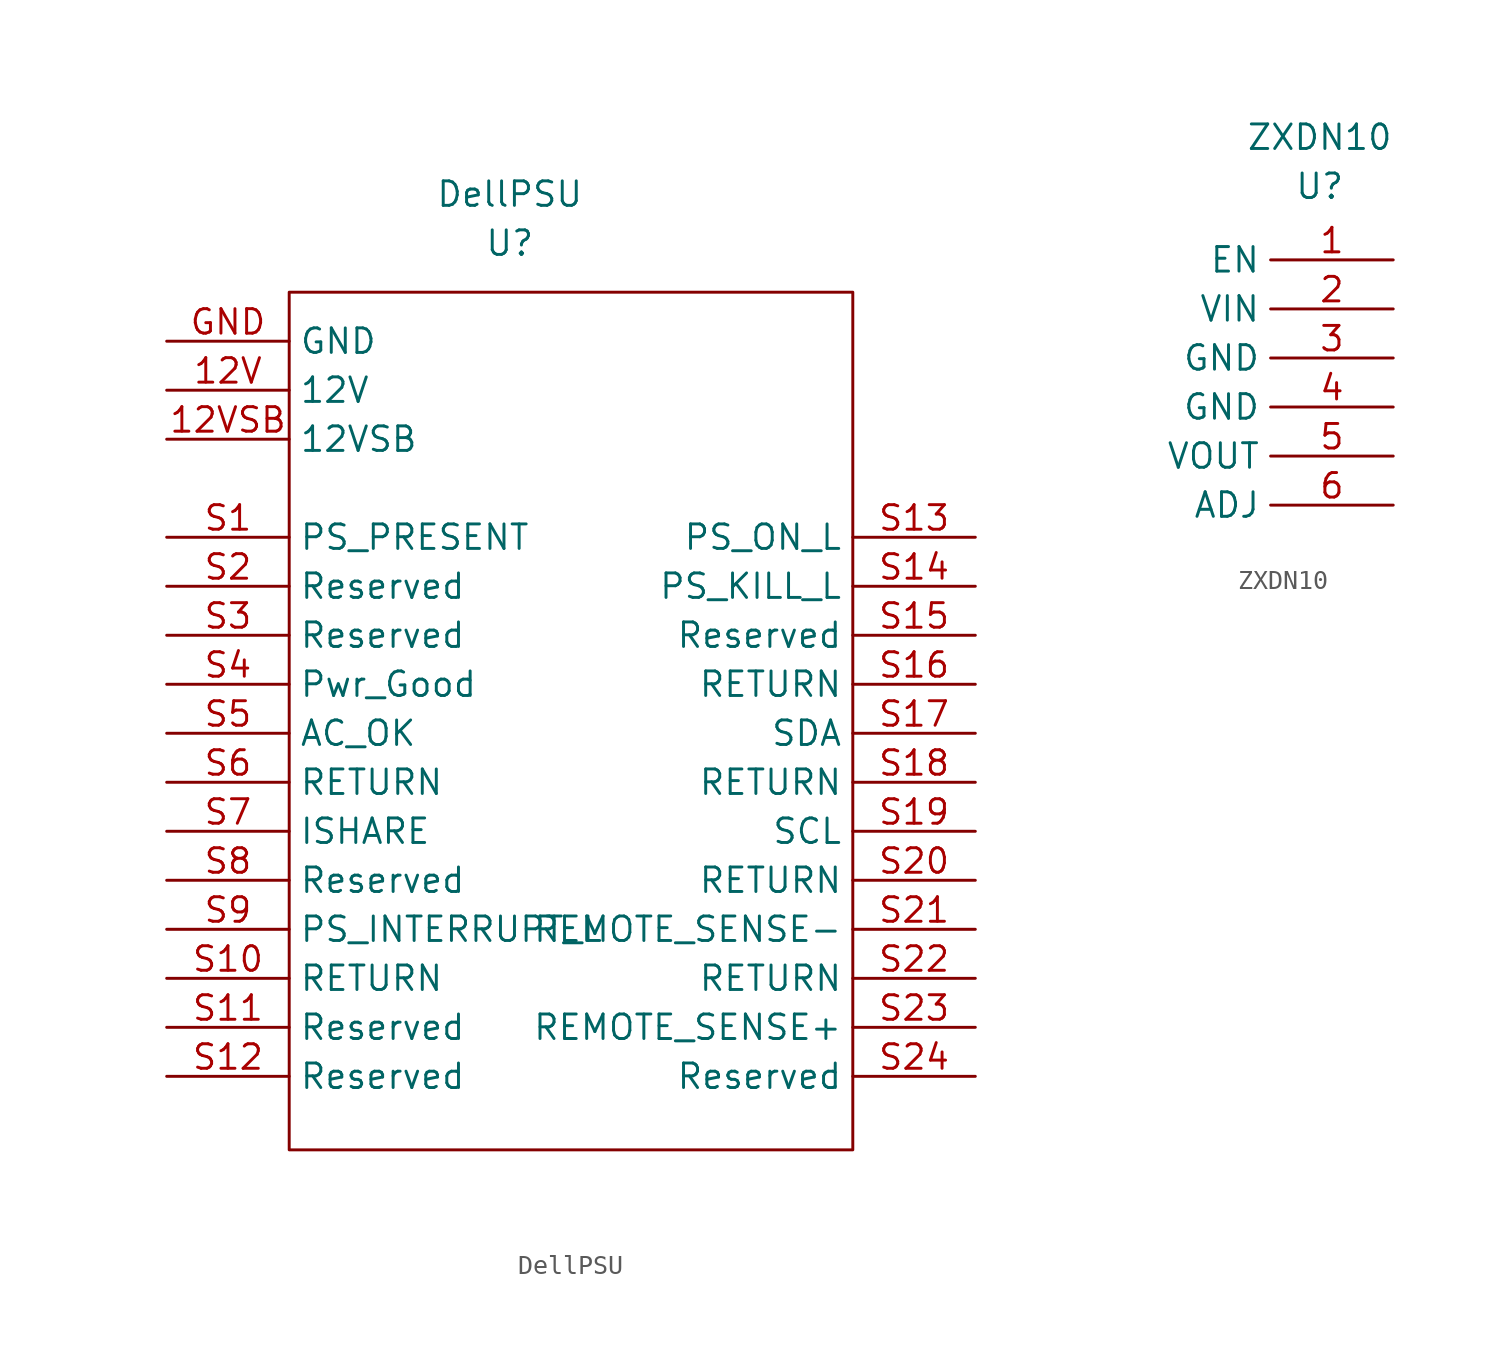
<source format=kicad_sym>
(kicad_symbol_lib
  (version 20211014)
  (generator kicad_symbol_editor)
  (symbol "DellPSU"
    (property "Reference" "U"
      (at 8.89 2.54 0)
      (effects (font (size 1.27 1.27))))
    (property "Value" "DellPSU"
      (at 8.89 5.08 0)
      (effects (font (size 1.27 1.27))))
    (symbol "DellPSU_0_1"
      (rectangle (start -2.54 0) (end 26.67 -44.45) (stroke (width 0) (type default) (color 0 0 0 0)) (fill (type none))))
    (symbol "DellPSU_1_1"
      (pin output line (at -8.89 -5.08 0) (length 6.35) (name "12V" (effects (font (size 1.27 1.27)))) (number "12V" (effects (font (size 1.27 1.27)))))
      (pin output line (at -8.89 -7.62 0) (length 6.35) (name "12VSB" (effects (font (size 1.27 1.27)))) (number "12VSB" (effects (font (size 1.27 1.27)))))
      (pin output line (at -8.89 -2.54 0) (length 6.35) (name "GND" (effects (font (size 1.27 1.27)))) (number "GND" (effects (font (size 1.27 1.27)))))
      (pin output line (at -8.89 -12.7 0) (length 6.35) (name "PS_PRESENT" (effects (font (size 1.27 1.27)))) (number "S1" (effects (font (size 1.27 1.27)))))
      (pin output line (at -8.89 -35.56 0) (length 6.35) (name "RETURN" (effects (font (size 1.27 1.27)))) (number "S10" (effects (font (size 1.27 1.27)))))
      (pin output line (at -8.89 -38.1 0) (length 6.35) (name "Reserved" (effects (font (size 1.27 1.27)))) (number "S11" (effects (font (size 1.27 1.27)))))
      (pin output line (at -8.89 -40.64 0) (length 6.35) (name "Reserved" (effects (font (size 1.27 1.27)))) (number "S12" (effects (font (size 1.27 1.27)))))
      (pin output line (at 33.02 -12.7 180) (length 6.35) (name "PS_ON_L" (effects (font (size 1.27 1.27)))) (number "S13" (effects (font (size 1.27 1.27)))))
      (pin output line (at 33.02 -15.24 180) (length 6.35) (name "PS_KILL_L" (effects (font (size 1.27 1.27)))) (number "S14" (effects (font (size 1.27 1.27)))))
      (pin output line (at 33.02 -17.78 180) (length 6.35) (name "Reserved" (effects (font (size 1.27 1.27)))) (number "S15" (effects (font (size 1.27 1.27)))))
      (pin output line (at 33.02 -20.32 180) (length 6.35) (name "RETURN" (effects (font (size 1.27 1.27)))) (number "S16" (effects (font (size 1.27 1.27)))))
      (pin output line (at 33.02 -22.86 180) (length 6.35) (name "SDA" (effects (font (size 1.27 1.27)))) (number "S17" (effects (font (size 1.27 1.27)))))
      (pin output line (at 33.02 -25.4 180) (length 6.35) (name "RETURN" (effects (font (size 1.27 1.27)))) (number "S18" (effects (font (size 1.27 1.27)))))
      (pin output line (at 33.02 -27.94 180) (length 6.35) (name "SCL" (effects (font (size 1.27 1.27)))) (number "S19" (effects (font (size 1.27 1.27)))))
      (pin output line (at -8.89 -15.24 0) (length 6.35) (name "Reserved" (effects (font (size 1.27 1.27)))) (number "S2" (effects (font (size 1.27 1.27)))))
      (pin output line (at 33.02 -30.48 180) (length 6.35) (name "RETURN" (effects (font (size 1.27 1.27)))) (number "S20" (effects (font (size 1.27 1.27)))))
      (pin output line (at 33.02 -33.02 180) (length 6.35) (name "REMOTE_SENSE-" (effects (font (size 1.27 1.27)))) (number "S21" (effects (font (size 1.27 1.27)))))
      (pin output line (at 33.02 -35.56 180) (length 6.35) (name "RETURN" (effects (font (size 1.27 1.27)))) (number "S22" (effects (font (size 1.27 1.27)))))
      (pin output line (at 33.02 -38.1 180) (length 6.35) (name "REMOTE_SENSE+" (effects (font (size 1.27 1.27)))) (number "S23" (effects (font (size 1.27 1.27)))))
      (pin output line (at 33.02 -40.64 180) (length 6.35) (name "Reserved" (effects (font (size 1.27 1.27)))) (number "S24" (effects (font (size 1.27 1.27)))))
      (pin output line (at -8.89 -17.78 0) (length 6.35) (name "Reserved" (effects (font (size 1.27 1.27)))) (number "S3" (effects (font (size 1.27 1.27)))))
      (pin output line (at -8.89 -20.32 0) (length 6.35) (name "Pwr_Good" (effects (font (size 1.27 1.27)))) (number "S4" (effects (font (size 1.27 1.27)))))
      (pin output line (at -8.89 -22.86 0) (length 6.35) (name "AC_OK" (effects (font (size 1.27 1.27)))) (number "S5" (effects (font (size 1.27 1.27)))))
      (pin output line (at -8.89 -25.4 0) (length 6.35) (name "RETURN" (effects (font (size 1.27 1.27)))) (number "S6" (effects (font (size 1.27 1.27)))))
      (pin output line (at -8.89 -27.94 0) (length 6.35) (name "ISHARE" (effects (font (size 1.27 1.27)))) (number "S7" (effects (font (size 1.27 1.27)))))
      (pin output line (at -8.89 -30.48 0) (length 6.35) (name "Reserved" (effects (font (size 1.27 1.27)))) (number "S8" (effects (font (size 1.27 1.27)))))
      (pin output line (at -8.89 -33.02 0) (length 6.35) (name "PS_INTERRUPT_L" (effects (font (size 1.27 1.27)))) (number "S9" (effects (font (size 1.27 1.27)))))))
  (symbol "ZXDN10"
    (property "Reference" "U"
      (at 0 0 0)
      (effects (font (size 1.27 1.27))))
    (property "Value" "ZXDN10"
      (at 0 2.54 0)
      (effects (font (size 1.27 1.27))))
    (symbol "ZXDN10_1_1"
      (pin output line (at 3.81 -3.81 180) (length 6.35) (name "EN" (effects (font (size 1.27 1.27)))) (number "1" (effects (font (size 1.27 1.27)))))
      (pin output line (at 3.81 -6.35 180) (length 6.35) (name "VIN" (effects (font (size 1.27 1.27)))) (number "2" (effects (font (size 1.27 1.27)))))
      (pin output line (at 3.81 -8.89 180) (length 6.35) (name "GND" (effects (font (size 1.27 1.27)))) (number "3" (effects (font (size 1.27 1.27)))))
      (pin output line (at 3.81 -11.43 180) (length 6.35) (name "GND" (effects (font (size 1.27 1.27)))) (number "4" (effects (font (size 1.27 1.27)))))
      (pin output line (at 3.81 -13.97 180) (length 6.35) (name "VOUT" (effects (font (size 1.27 1.27)))) (number "5" (effects (font (size 1.27 1.27)))))
      (pin output line (at 3.81 -16.51 180) (length 6.35) (name "ADJ" (effects (font (size 1.27 1.27)))) (number "6" (effects (font (size 1.27 1.27))))))))
</source>
